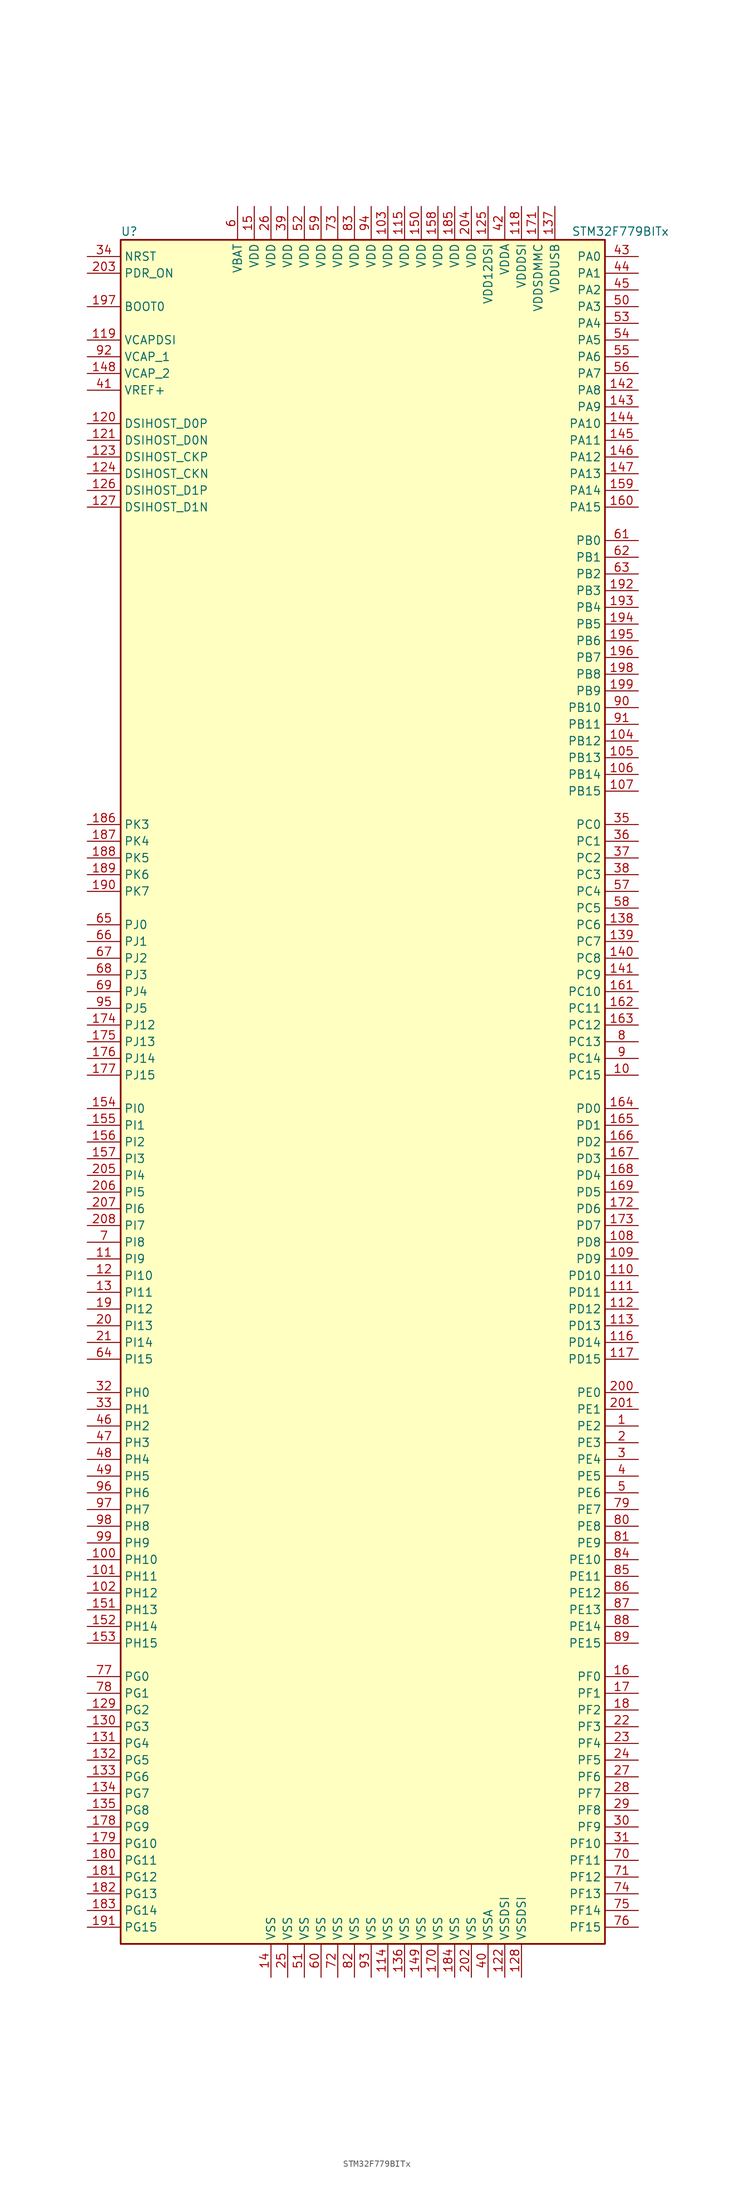
<source format=kicad_sym>
(kicad_symbol_lib
  (version 20201005)
  (generator kicad_symbol_editor)
  (symbol "STM32F779BITx"
    (property "Reference" "U"
      (at -38.1 130.81 0)
      (effects (font (size 1.27 1.27)) (justify left)))
    (property "Value" "STM32F779BITx"
      (at 30.48 130.81 0)
      (effects (font (size 1.27 1.27)) (justify left)))
    (symbol "STM32F779BITx_0_1"
      (rectangle (start -38.1 -129.54) (end 35.56 129.54) (stroke (width 0.254)) (fill (type background))))
    (symbol "STM32F779BITx_1_1"
      (pin bidirectional line (at 40.64 -50.8 180) (length 5.08) (name "PE2" (effects (font (size 1.27 1.27)))) (number "1" (effects (font (size 1.27 1.27)))))
      (pin bidirectional line (at 40.64 2.54 180) (length 5.08) (name "PC15" (effects (font (size 1.27 1.27)))) (number "10" (effects (font (size 1.27 1.27)))))
      (pin bidirectional line (at -43.18 -71.12 0) (length 5.08) (name "PH10" (effects (font (size 1.27 1.27)))) (number "100" (effects (font (size 1.27 1.27)))))
      (pin bidirectional line (at -43.18 -73.66 0) (length 5.08) (name "PH11" (effects (font (size 1.27 1.27)))) (number "101" (effects (font (size 1.27 1.27)))))
      (pin bidirectional line (at -43.18 -76.2 0) (length 5.08) (name "PH12" (effects (font (size 1.27 1.27)))) (number "102" (effects (font (size 1.27 1.27)))))
      (pin power_in line (at 2.54 134.62 270) (length 5.08) (name "VDD" (effects (font (size 1.27 1.27)))) (number "103" (effects (font (size 1.27 1.27)))))
      (pin bidirectional line (at 40.64 53.34 180) (length 5.08) (name "PB12" (effects (font (size 1.27 1.27)))) (number "104" (effects (font (size 1.27 1.27)))))
      (pin bidirectional line (at 40.64 50.8 180) (length 5.08) (name "PB13" (effects (font (size 1.27 1.27)))) (number "105" (effects (font (size 1.27 1.27)))))
      (pin bidirectional line (at 40.64 48.26 180) (length 5.08) (name "PB14" (effects (font (size 1.27 1.27)))) (number "106" (effects (font (size 1.27 1.27)))))
      (pin bidirectional line (at 40.64 45.72 180) (length 5.08) (name "PB15" (effects (font (size 1.27 1.27)))) (number "107" (effects (font (size 1.27 1.27)))))
      (pin bidirectional line (at 40.64 -22.86 180) (length 5.08) (name "PD8" (effects (font (size 1.27 1.27)))) (number "108" (effects (font (size 1.27 1.27)))))
      (pin bidirectional line (at 40.64 -25.4 180) (length 5.08) (name "PD9" (effects (font (size 1.27 1.27)))) (number "109" (effects (font (size 1.27 1.27)))))
      (pin bidirectional line (at -43.18 -25.4 0) (length 5.08) (name "PI9" (effects (font (size 1.27 1.27)))) (number "11" (effects (font (size 1.27 1.27)))))
      (pin bidirectional line (at 40.64 -27.94 180) (length 5.08) (name "PD10" (effects (font (size 1.27 1.27)))) (number "110" (effects (font (size 1.27 1.27)))))
      (pin bidirectional line (at 40.64 -30.48 180) (length 5.08) (name "PD11" (effects (font (size 1.27 1.27)))) (number "111" (effects (font (size 1.27 1.27)))))
      (pin bidirectional line (at 40.64 -33.02 180) (length 5.08) (name "PD12" (effects (font (size 1.27 1.27)))) (number "112" (effects (font (size 1.27 1.27)))))
      (pin bidirectional line (at 40.64 -35.56 180) (length 5.08) (name "PD13" (effects (font (size 1.27 1.27)))) (number "113" (effects (font (size 1.27 1.27)))))
      (pin power_in line (at 2.54 -134.62 90) (length 5.08) (name "VSS" (effects (font (size 1.27 1.27)))) (number "114" (effects (font (size 1.27 1.27)))))
      (pin power_in line (at 5.08 134.62 270) (length 5.08) (name "VDD" (effects (font (size 1.27 1.27)))) (number "115" (effects (font (size 1.27 1.27)))))
      (pin bidirectional line (at 40.64 -38.1 180) (length 5.08) (name "PD14" (effects (font (size 1.27 1.27)))) (number "116" (effects (font (size 1.27 1.27)))))
      (pin bidirectional line (at 40.64 -40.64 180) (length 5.08) (name "PD15" (effects (font (size 1.27 1.27)))) (number "117" (effects (font (size 1.27 1.27)))))
      (pin power_in line (at 22.86 134.62 270) (length 5.08) (name "VDDDSI" (effects (font (size 1.27 1.27)))) (number "118" (effects (font (size 1.27 1.27)))))
      (pin power_in line (at -43.18 114.3 0) (length 5.08) (name "VCAPDSI" (effects (font (size 1.27 1.27)))) (number "119" (effects (font (size 1.27 1.27)))))
      (pin bidirectional line (at -43.18 -27.94 0) (length 5.08) (name "PI10" (effects (font (size 1.27 1.27)))) (number "12" (effects (font (size 1.27 1.27)))))
      (pin bidirectional line (at -43.18 101.6 0) (length 5.08) (name "DSIHOST_D0P" (effects (font (size 1.27 1.27)))) (number "120" (effects (font (size 1.27 1.27)))))
      (pin bidirectional line (at -43.18 99.06 0) (length 5.08) (name "DSIHOST_D0N" (effects (font (size 1.27 1.27)))) (number "121" (effects (font (size 1.27 1.27)))))
      (pin power_in line (at 20.32 -134.62 90) (length 5.08) (name "VSSDSI" (effects (font (size 1.27 1.27)))) (number "122" (effects (font (size 1.27 1.27)))))
      (pin bidirectional line (at -43.18 96.52 0) (length 5.08) (name "DSIHOST_CKP" (effects (font (size 1.27 1.27)))) (number "123" (effects (font (size 1.27 1.27)))))
      (pin bidirectional line (at -43.18 93.98 0) (length 5.08) (name "DSIHOST_CKN" (effects (font (size 1.27 1.27)))) (number "124" (effects (font (size 1.27 1.27)))))
      (pin power_in line (at 17.78 134.62 270) (length 5.08) (name "VDD12DSI" (effects (font (size 1.27 1.27)))) (number "125" (effects (font (size 1.27 1.27)))))
      (pin bidirectional line (at -43.18 91.44 0) (length 5.08) (name "DSIHOST_D1P" (effects (font (size 1.27 1.27)))) (number "126" (effects (font (size 1.27 1.27)))))
      (pin bidirectional line (at -43.18 88.9 0) (length 5.08) (name "DSIHOST_D1N" (effects (font (size 1.27 1.27)))) (number "127" (effects (font (size 1.27 1.27)))))
      (pin power_in line (at 22.86 -134.62 90) (length 5.08) (name "VSSDSI" (effects (font (size 1.27 1.27)))) (number "128" (effects (font (size 1.27 1.27)))))
      (pin bidirectional line (at -43.18 -93.98 0) (length 5.08) (name "PG2" (effects (font (size 1.27 1.27)))) (number "129" (effects (font (size 1.27 1.27)))))
      (pin bidirectional line (at -43.18 -30.48 0) (length 5.08) (name "PI11" (effects (font (size 1.27 1.27)))) (number "13" (effects (font (size 1.27 1.27)))))
      (pin bidirectional line (at -43.18 -96.52 0) (length 5.08) (name "PG3" (effects (font (size 1.27 1.27)))) (number "130" (effects (font (size 1.27 1.27)))))
      (pin bidirectional line (at -43.18 -99.06 0) (length 5.08) (name "PG4" (effects (font (size 1.27 1.27)))) (number "131" (effects (font (size 1.27 1.27)))))
      (pin bidirectional line (at -43.18 -101.6 0) (length 5.08) (name "PG5" (effects (font (size 1.27 1.27)))) (number "132" (effects (font (size 1.27 1.27)))))
      (pin bidirectional line (at -43.18 -104.14 0) (length 5.08) (name "PG6" (effects (font (size 1.27 1.27)))) (number "133" (effects (font (size 1.27 1.27)))))
      (pin bidirectional line (at -43.18 -106.68 0) (length 5.08) (name "PG7" (effects (font (size 1.27 1.27)))) (number "134" (effects (font (size 1.27 1.27)))))
      (pin bidirectional line (at -43.18 -109.22 0) (length 5.08) (name "PG8" (effects (font (size 1.27 1.27)))) (number "135" (effects (font (size 1.27 1.27)))))
      (pin power_in line (at 5.08 -134.62 90) (length 5.08) (name "VSS" (effects (font (size 1.27 1.27)))) (number "136" (effects (font (size 1.27 1.27)))))
      (pin power_in line (at 27.94 134.62 270) (length 5.08) (name "VDDUSB" (effects (font (size 1.27 1.27)))) (number "137" (effects (font (size 1.27 1.27)))))
      (pin bidirectional line (at 40.64 25.4 180) (length 5.08) (name "PC6" (effects (font (size 1.27 1.27)))) (number "138" (effects (font (size 1.27 1.27)))))
      (pin bidirectional line (at 40.64 22.86 180) (length 5.08) (name "PC7" (effects (font (size 1.27 1.27)))) (number "139" (effects (font (size 1.27 1.27)))))
      (pin power_in line (at -15.24 -134.62 90) (length 5.08) (name "VSS" (effects (font (size 1.27 1.27)))) (number "14" (effects (font (size 1.27 1.27)))))
      (pin bidirectional line (at 40.64 20.32 180) (length 5.08) (name "PC8" (effects (font (size 1.27 1.27)))) (number "140" (effects (font (size 1.27 1.27)))))
      (pin bidirectional line (at 40.64 17.78 180) (length 5.08) (name "PC9" (effects (font (size 1.27 1.27)))) (number "141" (effects (font (size 1.27 1.27)))))
      (pin bidirectional line (at 40.64 106.68 180) (length 5.08) (name "PA8" (effects (font (size 1.27 1.27)))) (number "142" (effects (font (size 1.27 1.27)))))
      (pin bidirectional line (at 40.64 104.14 180) (length 5.08) (name "PA9" (effects (font (size 1.27 1.27)))) (number "143" (effects (font (size 1.27 1.27)))))
      (pin bidirectional line (at 40.64 101.6 180) (length 5.08) (name "PA10" (effects (font (size 1.27 1.27)))) (number "144" (effects (font (size 1.27 1.27)))))
      (pin bidirectional line (at 40.64 99.06 180) (length 5.08) (name "PA11" (effects (font (size 1.27 1.27)))) (number "145" (effects (font (size 1.27 1.27)))))
      (pin bidirectional line (at 40.64 96.52 180) (length 5.08) (name "PA12" (effects (font (size 1.27 1.27)))) (number "146" (effects (font (size 1.27 1.27)))))
      (pin bidirectional line (at 40.64 93.98 180) (length 5.08) (name "PA13" (effects (font (size 1.27 1.27)))) (number "147" (effects (font (size 1.27 1.27)))))
      (pin power_in line (at -43.18 109.22 0) (length 5.08) (name "VCAP_2" (effects (font (size 1.27 1.27)))) (number "148" (effects (font (size 1.27 1.27)))))
      (pin power_in line (at 7.62 -134.62 90) (length 5.08) (name "VSS" (effects (font (size 1.27 1.27)))) (number "149" (effects (font (size 1.27 1.27)))))
      (pin power_in line (at -17.78 134.62 270) (length 5.08) (name "VDD" (effects (font (size 1.27 1.27)))) (number "15" (effects (font (size 1.27 1.27)))))
      (pin power_in line (at 7.62 134.62 270) (length 5.08) (name "VDD" (effects (font (size 1.27 1.27)))) (number "150" (effects (font (size 1.27 1.27)))))
      (pin bidirectional line (at -43.18 -78.74 0) (length 5.08) (name "PH13" (effects (font (size 1.27 1.27)))) (number "151" (effects (font (size 1.27 1.27)))))
      (pin bidirectional line (at -43.18 -81.28 0) (length 5.08) (name "PH14" (effects (font (size 1.27 1.27)))) (number "152" (effects (font (size 1.27 1.27)))))
      (pin bidirectional line (at -43.18 -83.82 0) (length 5.08) (name "PH15" (effects (font (size 1.27 1.27)))) (number "153" (effects (font (size 1.27 1.27)))))
      (pin bidirectional line (at -43.18 -2.54 0) (length 5.08) (name "PI0" (effects (font (size 1.27 1.27)))) (number "154" (effects (font (size 1.27 1.27)))))
      (pin bidirectional line (at -43.18 -5.08 0) (length 5.08) (name "PI1" (effects (font (size 1.27 1.27)))) (number "155" (effects (font (size 1.27 1.27)))))
      (pin bidirectional line (at -43.18 -7.62 0) (length 5.08) (name "PI2" (effects (font (size 1.27 1.27)))) (number "156" (effects (font (size 1.27 1.27)))))
      (pin bidirectional line (at -43.18 -10.16 0) (length 5.08) (name "PI3" (effects (font (size 1.27 1.27)))) (number "157" (effects (font (size 1.27 1.27)))))
      (pin power_in line (at 10.16 134.62 270) (length 5.08) (name "VDD" (effects (font (size 1.27 1.27)))) (number "158" (effects (font (size 1.27 1.27)))))
      (pin bidirectional line (at 40.64 91.44 180) (length 5.08) (name "PA14" (effects (font (size 1.27 1.27)))) (number "159" (effects (font (size 1.27 1.27)))))
      (pin bidirectional line (at 40.64 -88.9 180) (length 5.08) (name "PF0" (effects (font (size 1.27 1.27)))) (number "16" (effects (font (size 1.27 1.27)))))
      (pin bidirectional line (at 40.64 88.9 180) (length 5.08) (name "PA15" (effects (font (size 1.27 1.27)))) (number "160" (effects (font (size 1.27 1.27)))))
      (pin bidirectional line (at 40.64 15.24 180) (length 5.08) (name "PC10" (effects (font (size 1.27 1.27)))) (number "161" (effects (font (size 1.27 1.27)))))
      (pin bidirectional line (at 40.64 12.7 180) (length 5.08) (name "PC11" (effects (font (size 1.27 1.27)))) (number "162" (effects (font (size 1.27 1.27)))))
      (pin bidirectional line (at 40.64 10.16 180) (length 5.08) (name "PC12" (effects (font (size 1.27 1.27)))) (number "163" (effects (font (size 1.27 1.27)))))
      (pin bidirectional line (at 40.64 -2.54 180) (length 5.08) (name "PD0" (effects (font (size 1.27 1.27)))) (number "164" (effects (font (size 1.27 1.27)))))
      (pin bidirectional line (at 40.64 -5.08 180) (length 5.08) (name "PD1" (effects (font (size 1.27 1.27)))) (number "165" (effects (font (size 1.27 1.27)))))
      (pin bidirectional line (at 40.64 -7.62 180) (length 5.08) (name "PD2" (effects (font (size 1.27 1.27)))) (number "166" (effects (font (size 1.27 1.27)))))
      (pin bidirectional line (at 40.64 -10.16 180) (length 5.08) (name "PD3" (effects (font (size 1.27 1.27)))) (number "167" (effects (font (size 1.27 1.27)))))
      (pin bidirectional line (at 40.64 -12.7 180) (length 5.08) (name "PD4" (effects (font (size 1.27 1.27)))) (number "168" (effects (font (size 1.27 1.27)))))
      (pin bidirectional line (at 40.64 -15.24 180) (length 5.08) (name "PD5" (effects (font (size 1.27 1.27)))) (number "169" (effects (font (size 1.27 1.27)))))
      (pin bidirectional line (at 40.64 -91.44 180) (length 5.08) (name "PF1" (effects (font (size 1.27 1.27)))) (number "17" (effects (font (size 1.27 1.27)))))
      (pin power_in line (at 10.16 -134.62 90) (length 5.08) (name "VSS" (effects (font (size 1.27 1.27)))) (number "170" (effects (font (size 1.27 1.27)))))
      (pin power_in line (at 25.4 134.62 270) (length 5.08) (name "VDDSDMMC" (effects (font (size 1.27 1.27)))) (number "171" (effects (font (size 1.27 1.27)))))
      (pin bidirectional line (at 40.64 -17.78 180) (length 5.08) (name "PD6" (effects (font (size 1.27 1.27)))) (number "172" (effects (font (size 1.27 1.27)))))
      (pin bidirectional line (at 40.64 -20.32 180) (length 5.08) (name "PD7" (effects (font (size 1.27 1.27)))) (number "173" (effects (font (size 1.27 1.27)))))
      (pin bidirectional line (at -43.18 10.16 0) (length 5.08) (name "PJ12" (effects (font (size 1.27 1.27)))) (number "174" (effects (font (size 1.27 1.27)))))
      (pin bidirectional line (at -43.18 7.62 0) (length 5.08) (name "PJ13" (effects (font (size 1.27 1.27)))) (number "175" (effects (font (size 1.27 1.27)))))
      (pin bidirectional line (at -43.18 5.08 0) (length 5.08) (name "PJ14" (effects (font (size 1.27 1.27)))) (number "176" (effects (font (size 1.27 1.27)))))
      (pin bidirectional line (at -43.18 2.54 0) (length 5.08) (name "PJ15" (effects (font (size 1.27 1.27)))) (number "177" (effects (font (size 1.27 1.27)))))
      (pin bidirectional line (at -43.18 -111.76 0) (length 5.08) (name "PG9" (effects (font (size 1.27 1.27)))) (number "178" (effects (font (size 1.27 1.27)))))
      (pin bidirectional line (at -43.18 -114.3 0) (length 5.08) (name "PG10" (effects (font (size 1.27 1.27)))) (number "179" (effects (font (size 1.27 1.27)))))
      (pin bidirectional line (at 40.64 -93.98 180) (length 5.08) (name "PF2" (effects (font (size 1.27 1.27)))) (number "18" (effects (font (size 1.27 1.27)))))
      (pin bidirectional line (at -43.18 -116.84 0) (length 5.08) (name "PG11" (effects (font (size 1.27 1.27)))) (number "180" (effects (font (size 1.27 1.27)))))
      (pin bidirectional line (at -43.18 -119.38 0) (length 5.08) (name "PG12" (effects (font (size 1.27 1.27)))) (number "181" (effects (font (size 1.27 1.27)))))
      (pin bidirectional line (at -43.18 -121.92 0) (length 5.08) (name "PG13" (effects (font (size 1.27 1.27)))) (number "182" (effects (font (size 1.27 1.27)))))
      (pin bidirectional line (at -43.18 -124.46 0) (length 5.08) (name "PG14" (effects (font (size 1.27 1.27)))) (number "183" (effects (font (size 1.27 1.27)))))
      (pin power_in line (at 12.7 -134.62 90) (length 5.08) (name "VSS" (effects (font (size 1.27 1.27)))) (number "184" (effects (font (size 1.27 1.27)))))
      (pin power_in line (at 12.7 134.62 270) (length 5.08) (name "VDD" (effects (font (size 1.27 1.27)))) (number "185" (effects (font (size 1.27 1.27)))))
      (pin bidirectional line (at -43.18 40.64 0) (length 5.08) (name "PK3" (effects (font (size 1.27 1.27)))) (number "186" (effects (font (size 1.27 1.27)))))
      (pin bidirectional line (at -43.18 38.1 0) (length 5.08) (name "PK4" (effects (font (size 1.27 1.27)))) (number "187" (effects (font (size 1.27 1.27)))))
      (pin bidirectional line (at -43.18 35.56 0) (length 5.08) (name "PK5" (effects (font (size 1.27 1.27)))) (number "188" (effects (font (size 1.27 1.27)))))
      (pin bidirectional line (at -43.18 33.02 0) (length 5.08) (name "PK6" (effects (font (size 1.27 1.27)))) (number "189" (effects (font (size 1.27 1.27)))))
      (pin bidirectional line (at -43.18 -33.02 0) (length 5.08) (name "PI12" (effects (font (size 1.27 1.27)))) (number "19" (effects (font (size 1.27 1.27)))))
      (pin bidirectional line (at -43.18 30.48 0) (length 5.08) (name "PK7" (effects (font (size 1.27 1.27)))) (number "190" (effects (font (size 1.27 1.27)))))
      (pin bidirectional line (at -43.18 -127 0) (length 5.08) (name "PG15" (effects (font (size 1.27 1.27)))) (number "191" (effects (font (size 1.27 1.27)))))
      (pin bidirectional line (at 40.64 76.2 180) (length 5.08) (name "PB3" (effects (font (size 1.27 1.27)))) (number "192" (effects (font (size 1.27 1.27)))))
      (pin bidirectional line (at 40.64 73.66 180) (length 5.08) (name "PB4" (effects (font (size 1.27 1.27)))) (number "193" (effects (font (size 1.27 1.27)))))
      (pin bidirectional line (at 40.64 71.12 180) (length 5.08) (name "PB5" (effects (font (size 1.27 1.27)))) (number "194" (effects (font (size 1.27 1.27)))))
      (pin bidirectional line (at 40.64 68.58 180) (length 5.08) (name "PB6" (effects (font (size 1.27 1.27)))) (number "195" (effects (font (size 1.27 1.27)))))
      (pin bidirectional line (at 40.64 66.04 180) (length 5.08) (name "PB7" (effects (font (size 1.27 1.27)))) (number "196" (effects (font (size 1.27 1.27)))))
      (pin input line (at -43.18 119.38 0) (length 5.08) (name "BOOT0" (effects (font (size 1.27 1.27)))) (number "197" (effects (font (size 1.27 1.27)))))
      (pin bidirectional line (at 40.64 63.5 180) (length 5.08) (name "PB8" (effects (font (size 1.27 1.27)))) (number "198" (effects (font (size 1.27 1.27)))))
      (pin bidirectional line (at 40.64 60.96 180) (length 5.08) (name "PB9" (effects (font (size 1.27 1.27)))) (number "199" (effects (font (size 1.27 1.27)))))
      (pin bidirectional line (at 40.64 -53.34 180) (length 5.08) (name "PE3" (effects (font (size 1.27 1.27)))) (number "2" (effects (font (size 1.27 1.27)))))
      (pin bidirectional line (at -43.18 -35.56 0) (length 5.08) (name "PI13" (effects (font (size 1.27 1.27)))) (number "20" (effects (font (size 1.27 1.27)))))
      (pin bidirectional line (at 40.64 -45.72 180) (length 5.08) (name "PE0" (effects (font (size 1.27 1.27)))) (number "200" (effects (font (size 1.27 1.27)))))
      (pin bidirectional line (at 40.64 -48.26 180) (length 5.08) (name "PE1" (effects (font (size 1.27 1.27)))) (number "201" (effects (font (size 1.27 1.27)))))
      (pin power_in line (at 15.24 -134.62 90) (length 5.08) (name "VSS" (effects (font (size 1.27 1.27)))) (number "202" (effects (font (size 1.27 1.27)))))
      (pin input line (at -43.18 124.46 0) (length 5.08) (name "PDR_ON" (effects (font (size 1.27 1.27)))) (number "203" (effects (font (size 1.27 1.27)))))
      (pin power_in line (at 15.24 134.62 270) (length 5.08) (name "VDD" (effects (font (size 1.27 1.27)))) (number "204" (effects (font (size 1.27 1.27)))))
      (pin bidirectional line (at -43.18 -12.7 0) (length 5.08) (name "PI4" (effects (font (size 1.27 1.27)))) (number "205" (effects (font (size 1.27 1.27)))))
      (pin bidirectional line (at -43.18 -15.24 0) (length 5.08) (name "PI5" (effects (font (size 1.27 1.27)))) (number "206" (effects (font (size 1.27 1.27)))))
      (pin bidirectional line (at -43.18 -17.78 0) (length 5.08) (name "PI6" (effects (font (size 1.27 1.27)))) (number "207" (effects (font (size 1.27 1.27)))))
      (pin bidirectional line (at -43.18 -20.32 0) (length 5.08) (name "PI7" (effects (font (size 1.27 1.27)))) (number "208" (effects (font (size 1.27 1.27)))))
      (pin bidirectional line (at -43.18 -38.1 0) (length 5.08) (name "PI14" (effects (font (size 1.27 1.27)))) (number "21" (effects (font (size 1.27 1.27)))))
      (pin bidirectional line (at 40.64 -96.52 180) (length 5.08) (name "PF3" (effects (font (size 1.27 1.27)))) (number "22" (effects (font (size 1.27 1.27)))))
      (pin bidirectional line (at 40.64 -99.06 180) (length 5.08) (name "PF4" (effects (font (size 1.27 1.27)))) (number "23" (effects (font (size 1.27 1.27)))))
      (pin bidirectional line (at 40.64 -101.6 180) (length 5.08) (name "PF5" (effects (font (size 1.27 1.27)))) (number "24" (effects (font (size 1.27 1.27)))))
      (pin power_in line (at -12.7 -134.62 90) (length 5.08) (name "VSS" (effects (font (size 1.27 1.27)))) (number "25" (effects (font (size 1.27 1.27)))))
      (pin power_in line (at -15.24 134.62 270) (length 5.08) (name "VDD" (effects (font (size 1.27 1.27)))) (number "26" (effects (font (size 1.27 1.27)))))
      (pin bidirectional line (at 40.64 -104.14 180) (length 5.08) (name "PF6" (effects (font (size 1.27 1.27)))) (number "27" (effects (font (size 1.27 1.27)))))
      (pin bidirectional line (at 40.64 -106.68 180) (length 5.08) (name "PF7" (effects (font (size 1.27 1.27)))) (number "28" (effects (font (size 1.27 1.27)))))
      (pin bidirectional line (at 40.64 -109.22 180) (length 5.08) (name "PF8" (effects (font (size 1.27 1.27)))) (number "29" (effects (font (size 1.27 1.27)))))
      (pin bidirectional line (at 40.64 -55.88 180) (length 5.08) (name "PE4" (effects (font (size 1.27 1.27)))) (number "3" (effects (font (size 1.27 1.27)))))
      (pin bidirectional line (at 40.64 -111.76 180) (length 5.08) (name "PF9" (effects (font (size 1.27 1.27)))) (number "30" (effects (font (size 1.27 1.27)))))
      (pin bidirectional line (at 40.64 -114.3 180) (length 5.08) (name "PF10" (effects (font (size 1.27 1.27)))) (number "31" (effects (font (size 1.27 1.27)))))
      (pin input line (at -43.18 -45.72 0) (length 5.08) (name "PH0" (effects (font (size 1.27 1.27)))) (number "32" (effects (font (size 1.27 1.27)))))
      (pin input line (at -43.18 -48.26 0) (length 5.08) (name "PH1" (effects (font (size 1.27 1.27)))) (number "33" (effects (font (size 1.27 1.27)))))
      (pin input line (at -43.18 127 0) (length 5.08) (name "NRST" (effects (font (size 1.27 1.27)))) (number "34" (effects (font (size 1.27 1.27)))))
      (pin bidirectional line (at 40.64 40.64 180) (length 5.08) (name "PC0" (effects (font (size 1.27 1.27)))) (number "35" (effects (font (size 1.27 1.27)))))
      (pin bidirectional line (at 40.64 38.1 180) (length 5.08) (name "PC1" (effects (font (size 1.27 1.27)))) (number "36" (effects (font (size 1.27 1.27)))))
      (pin bidirectional line (at 40.64 35.56 180) (length 5.08) (name "PC2" (effects (font (size 1.27 1.27)))) (number "37" (effects (font (size 1.27 1.27)))))
      (pin bidirectional line (at 40.64 33.02 180) (length 5.08) (name "PC3" (effects (font (size 1.27 1.27)))) (number "38" (effects (font (size 1.27 1.27)))))
      (pin power_in line (at -12.7 134.62 270) (length 5.08) (name "VDD" (effects (font (size 1.27 1.27)))) (number "39" (effects (font (size 1.27 1.27)))))
      (pin bidirectional line (at 40.64 -58.42 180) (length 5.08) (name "PE5" (effects (font (size 1.27 1.27)))) (number "4" (effects (font (size 1.27 1.27)))))
      (pin power_in line (at 17.78 -134.62 90) (length 5.08) (name "VSSA" (effects (font (size 1.27 1.27)))) (number "40" (effects (font (size 1.27 1.27)))))
      (pin power_in line (at -43.18 106.68 0) (length 5.08) (name "VREF+" (effects (font (size 1.27 1.27)))) (number "41" (effects (font (size 1.27 1.27)))))
      (pin power_in line (at 20.32 134.62 270) (length 5.08) (name "VDDA" (effects (font (size 1.27 1.27)))) (number "42" (effects (font (size 1.27 1.27)))))
      (pin bidirectional line (at 40.64 127 180) (length 5.08) (name "PA0" (effects (font (size 1.27 1.27)))) (number "43" (effects (font (size 1.27 1.27)))))
      (pin bidirectional line (at 40.64 124.46 180) (length 5.08) (name "PA1" (effects (font (size 1.27 1.27)))) (number "44" (effects (font (size 1.27 1.27)))))
      (pin bidirectional line (at 40.64 121.92 180) (length 5.08) (name "PA2" (effects (font (size 1.27 1.27)))) (number "45" (effects (font (size 1.27 1.27)))))
      (pin bidirectional line (at -43.18 -50.8 0) (length 5.08) (name "PH2" (effects (font (size 1.27 1.27)))) (number "46" (effects (font (size 1.27 1.27)))))
      (pin bidirectional line (at -43.18 -53.34 0) (length 5.08) (name "PH3" (effects (font (size 1.27 1.27)))) (number "47" (effects (font (size 1.27 1.27)))))
      (pin bidirectional line (at -43.18 -55.88 0) (length 5.08) (name "PH4" (effects (font (size 1.27 1.27)))) (number "48" (effects (font (size 1.27 1.27)))))
      (pin bidirectional line (at -43.18 -58.42 0) (length 5.08) (name "PH5" (effects (font (size 1.27 1.27)))) (number "49" (effects (font (size 1.27 1.27)))))
      (pin bidirectional line (at 40.64 -60.96 180) (length 5.08) (name "PE6" (effects (font (size 1.27 1.27)))) (number "5" (effects (font (size 1.27 1.27)))))
      (pin bidirectional line (at 40.64 119.38 180) (length 5.08) (name "PA3" (effects (font (size 1.27 1.27)))) (number "50" (effects (font (size 1.27 1.27)))))
      (pin power_in line (at -10.16 -134.62 90) (length 5.08) (name "VSS" (effects (font (size 1.27 1.27)))) (number "51" (effects (font (size 1.27 1.27)))))
      (pin power_in line (at -10.16 134.62 270) (length 5.08) (name "VDD" (effects (font (size 1.27 1.27)))) (number "52" (effects (font (size 1.27 1.27)))))
      (pin bidirectional line (at 40.64 116.84 180) (length 5.08) (name "PA4" (effects (font (size 1.27 1.27)))) (number "53" (effects (font (size 1.27 1.27)))))
      (pin bidirectional line (at 40.64 114.3 180) (length 5.08) (name "PA5" (effects (font (size 1.27 1.27)))) (number "54" (effects (font (size 1.27 1.27)))))
      (pin bidirectional line (at 40.64 111.76 180) (length 5.08) (name "PA6" (effects (font (size 1.27 1.27)))) (number "55" (effects (font (size 1.27 1.27)))))
      (pin bidirectional line (at 40.64 109.22 180) (length 5.08) (name "PA7" (effects (font (size 1.27 1.27)))) (number "56" (effects (font (size 1.27 1.27)))))
      (pin bidirectional line (at 40.64 30.48 180) (length 5.08) (name "PC4" (effects (font (size 1.27 1.27)))) (number "57" (effects (font (size 1.27 1.27)))))
      (pin bidirectional line (at 40.64 27.94 180) (length 5.08) (name "PC5" (effects (font (size 1.27 1.27)))) (number "58" (effects (font (size 1.27 1.27)))))
      (pin power_in line (at -7.62 134.62 270) (length 5.08) (name "VDD" (effects (font (size 1.27 1.27)))) (number "59" (effects (font (size 1.27 1.27)))))
      (pin power_in line (at -20.32 134.62 270) (length 5.08) (name "VBAT" (effects (font (size 1.27 1.27)))) (number "6" (effects (font (size 1.27 1.27)))))
      (pin power_in line (at -7.62 -134.62 90) (length 5.08) (name "VSS" (effects (font (size 1.27 1.27)))) (number "60" (effects (font (size 1.27 1.27)))))
      (pin bidirectional line (at 40.64 83.82 180) (length 5.08) (name "PB0" (effects (font (size 1.27 1.27)))) (number "61" (effects (font (size 1.27 1.27)))))
      (pin bidirectional line (at 40.64 81.28 180) (length 5.08) (name "PB1" (effects (font (size 1.27 1.27)))) (number "62" (effects (font (size 1.27 1.27)))))
      (pin bidirectional line (at 40.64 78.74 180) (length 5.08) (name "PB2" (effects (font (size 1.27 1.27)))) (number "63" (effects (font (size 1.27 1.27)))))
      (pin bidirectional line (at -43.18 -40.64 0) (length 5.08) (name "PI15" (effects (font (size 1.27 1.27)))) (number "64" (effects (font (size 1.27 1.27)))))
      (pin bidirectional line (at -43.18 25.4 0) (length 5.08) (name "PJ0" (effects (font (size 1.27 1.27)))) (number "65" (effects (font (size 1.27 1.27)))))
      (pin bidirectional line (at -43.18 22.86 0) (length 5.08) (name "PJ1" (effects (font (size 1.27 1.27)))) (number "66" (effects (font (size 1.27 1.27)))))
      (pin bidirectional line (at -43.18 20.32 0) (length 5.08) (name "PJ2" (effects (font (size 1.27 1.27)))) (number "67" (effects (font (size 1.27 1.27)))))
      (pin bidirectional line (at -43.18 17.78 0) (length 5.08) (name "PJ3" (effects (font (size 1.27 1.27)))) (number "68" (effects (font (size 1.27 1.27)))))
      (pin bidirectional line (at -43.18 15.24 0) (length 5.08) (name "PJ4" (effects (font (size 1.27 1.27)))) (number "69" (effects (font (size 1.27 1.27)))))
      (pin bidirectional line (at -43.18 -22.86 0) (length 5.08) (name "PI8" (effects (font (size 1.27 1.27)))) (number "7" (effects (font (size 1.27 1.27)))))
      (pin bidirectional line (at 40.64 -116.84 180) (length 5.08) (name "PF11" (effects (font (size 1.27 1.27)))) (number "70" (effects (font (size 1.27 1.27)))))
      (pin bidirectional line (at 40.64 -119.38 180) (length 5.08) (name "PF12" (effects (font (size 1.27 1.27)))) (number "71" (effects (font (size 1.27 1.27)))))
      (pin power_in line (at -5.08 -134.62 90) (length 5.08) (name "VSS" (effects (font (size 1.27 1.27)))) (number "72" (effects (font (size 1.27 1.27)))))
      (pin power_in line (at -5.08 134.62 270) (length 5.08) (name "VDD" (effects (font (size 1.27 1.27)))) (number "73" (effects (font (size 1.27 1.27)))))
      (pin bidirectional line (at 40.64 -121.92 180) (length 5.08) (name "PF13" (effects (font (size 1.27 1.27)))) (number "74" (effects (font (size 1.27 1.27)))))
      (pin bidirectional line (at 40.64 -124.46 180) (length 5.08) (name "PF14" (effects (font (size 1.27 1.27)))) (number "75" (effects (font (size 1.27 1.27)))))
      (pin bidirectional line (at 40.64 -127 180) (length 5.08) (name "PF15" (effects (font (size 1.27 1.27)))) (number "76" (effects (font (size 1.27 1.27)))))
      (pin bidirectional line (at -43.18 -88.9 0) (length 5.08) (name "PG0" (effects (font (size 1.27 1.27)))) (number "77" (effects (font (size 1.27 1.27)))))
      (pin bidirectional line (at -43.18 -91.44 0) (length 5.08) (name "PG1" (effects (font (size 1.27 1.27)))) (number "78" (effects (font (size 1.27 1.27)))))
      (pin bidirectional line (at 40.64 -63.5 180) (length 5.08) (name "PE7" (effects (font (size 1.27 1.27)))) (number "79" (effects (font (size 1.27 1.27)))))
      (pin bidirectional line (at 40.64 7.62 180) (length 5.08) (name "PC13" (effects (font (size 1.27 1.27)))) (number "8" (effects (font (size 1.27 1.27)))))
      (pin bidirectional line (at 40.64 -66.04 180) (length 5.08) (name "PE8" (effects (font (size 1.27 1.27)))) (number "80" (effects (font (size 1.27 1.27)))))
      (pin bidirectional line (at 40.64 -68.58 180) (length 5.08) (name "PE9" (effects (font (size 1.27 1.27)))) (number "81" (effects (font (size 1.27 1.27)))))
      (pin power_in line (at -2.54 -134.62 90) (length 5.08) (name "VSS" (effects (font (size 1.27 1.27)))) (number "82" (effects (font (size 1.27 1.27)))))
      (pin power_in line (at -2.54 134.62 270) (length 5.08) (name "VDD" (effects (font (size 1.27 1.27)))) (number "83" (effects (font (size 1.27 1.27)))))
      (pin bidirectional line (at 40.64 -71.12 180) (length 5.08) (name "PE10" (effects (font (size 1.27 1.27)))) (number "84" (effects (font (size 1.27 1.27)))))
      (pin bidirectional line (at 40.64 -73.66 180) (length 5.08) (name "PE11" (effects (font (size 1.27 1.27)))) (number "85" (effects (font (size 1.27 1.27)))))
      (pin bidirectional line (at 40.64 -76.2 180) (length 5.08) (name "PE12" (effects (font (size 1.27 1.27)))) (number "86" (effects (font (size 1.27 1.27)))))
      (pin bidirectional line (at 40.64 -78.74 180) (length 5.08) (name "PE13" (effects (font (size 1.27 1.27)))) (number "87" (effects (font (size 1.27 1.27)))))
      (pin bidirectional line (at 40.64 -81.28 180) (length 5.08) (name "PE14" (effects (font (size 1.27 1.27)))) (number "88" (effects (font (size 1.27 1.27)))))
      (pin bidirectional line (at 40.64 -83.82 180) (length 5.08) (name "PE15" (effects (font (size 1.27 1.27)))) (number "89" (effects (font (size 1.27 1.27)))))
      (pin bidirectional line (at 40.64 5.08 180) (length 5.08) (name "PC14" (effects (font (size 1.27 1.27)))) (number "9" (effects (font (size 1.27 1.27)))))
      (pin bidirectional line (at 40.64 58.42 180) (length 5.08) (name "PB10" (effects (font (size 1.27 1.27)))) (number "90" (effects (font (size 1.27 1.27)))))
      (pin bidirectional line (at 40.64 55.88 180) (length 5.08) (name "PB11" (effects (font (size 1.27 1.27)))) (number "91" (effects (font (size 1.27 1.27)))))
      (pin power_in line (at -43.18 111.76 0) (length 5.08) (name "VCAP_1" (effects (font (size 1.27 1.27)))) (number "92" (effects (font (size 1.27 1.27)))))
      (pin power_in line (at 0 -134.62 90) (length 5.08) (name "VSS" (effects (font (size 1.27 1.27)))) (number "93" (effects (font (size 1.27 1.27)))))
      (pin power_in line (at 0 134.62 270) (length 5.08) (name "VDD" (effects (font (size 1.27 1.27)))) (number "94" (effects (font (size 1.27 1.27)))))
      (pin bidirectional line (at -43.18 12.7 0) (length 5.08) (name "PJ5" (effects (font (size 1.27 1.27)))) (number "95" (effects (font (size 1.27 1.27)))))
      (pin bidirectional line (at -43.18 -60.96 0) (length 5.08) (name "PH6" (effects (font (size 1.27 1.27)))) (number "96" (effects (font (size 1.27 1.27)))))
      (pin bidirectional line (at -43.18 -63.5 0) (length 5.08) (name "PH7" (effects (font (size 1.27 1.27)))) (number "97" (effects (font (size 1.27 1.27)))))
      (pin bidirectional line (at -43.18 -66.04 0) (length 5.08) (name "PH8" (effects (font (size 1.27 1.27)))) (number "98" (effects (font (size 1.27 1.27)))))
      (pin bidirectional line (at -43.18 -68.58 0) (length 5.08) (name "PH9" (effects (font (size 1.27 1.27)))) (number "99" (effects (font (size 1.27 1.27))))))))
</source>
